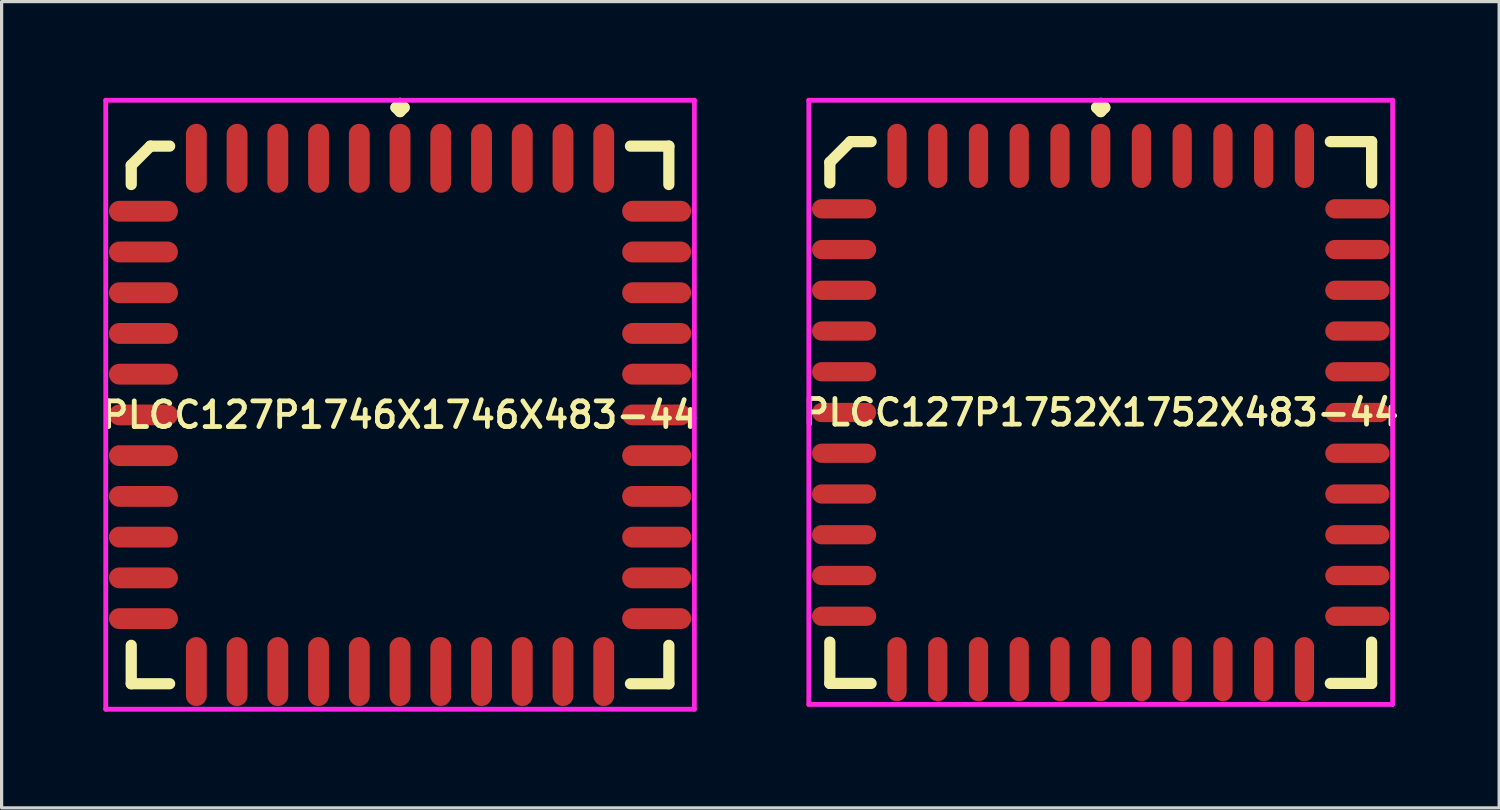
<source format=kicad_pcb>
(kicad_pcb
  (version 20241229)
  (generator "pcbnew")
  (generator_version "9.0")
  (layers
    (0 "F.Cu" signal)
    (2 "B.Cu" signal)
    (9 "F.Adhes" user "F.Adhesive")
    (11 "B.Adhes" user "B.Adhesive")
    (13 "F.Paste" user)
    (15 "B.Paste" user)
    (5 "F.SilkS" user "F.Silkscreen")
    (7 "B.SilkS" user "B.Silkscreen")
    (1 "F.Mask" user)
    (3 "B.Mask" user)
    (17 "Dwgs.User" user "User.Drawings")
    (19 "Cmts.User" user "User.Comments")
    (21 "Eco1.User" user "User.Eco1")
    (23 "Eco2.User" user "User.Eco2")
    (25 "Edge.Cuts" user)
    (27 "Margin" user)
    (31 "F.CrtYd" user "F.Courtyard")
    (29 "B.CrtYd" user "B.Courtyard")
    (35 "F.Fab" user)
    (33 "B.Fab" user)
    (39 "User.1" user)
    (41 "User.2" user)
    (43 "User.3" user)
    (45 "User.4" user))
  (footprint "PLCC127P1746X1746X483-44"
    (layer "F.Cu")
    (at 9.421 9.885)
    (property "Reference" "PLCC127P1746X1746X483-44" (at 0 0 0) (layer "F.SilkS") (effects (font (size 0.8 0.8) (thickness 0.15))))
    (attr smd)
    (fp_line (start -8.38 -7.782) (end -7.782 -8.38) (stroke (width 0.35) (type solid)) (layer "F.SilkS"))
    (fp_line (start -8.38 -7.183) (end -8.38 -7.782) (stroke (width 0.35) (type solid)) (layer "F.SilkS"))
    (fp_line (start -8.38 7.183) (end -8.38 8.38) (stroke (width 0.35) (type solid)) (layer "F.SilkS"))
    (fp_line (start -8.38 8.38) (end -7.183 8.38) (stroke (width 0.35) (type solid)) (layer "F.SilkS"))
    (fp_line (start -7.782 -8.38) (end -7.183 -8.38) (stroke (width 0.35) (type solid)) (layer "F.SilkS"))
    (fp_line (start -0.127 -9.583) (end 0 -9.71) (stroke (width 0.35) (type solid)) (layer "F.SilkS"))
    (fp_line (start 0 -9.71) (end 0.127 -9.583) (stroke (width 0.35) (type solid)) (layer "F.SilkS"))
    (fp_line (start 0 -9.456) (end -0.127 -9.583) (stroke (width 0.35) (type solid)) (layer "F.SilkS"))
    (fp_line (start 0.127 -9.583) (end 0 -9.456) (stroke (width 0.35) (type solid)) (layer "F.SilkS"))
    (fp_line (start 8.38 -8.38) (end 7.183 -8.38) (stroke (width 0.35) (type solid)) (layer "F.SilkS"))
    (fp_line (start 8.38 -7.183) (end 8.38 -8.38) (stroke (width 0.35) (type solid)) (layer "F.SilkS"))
    (fp_line (start 8.38 7.183) (end 8.38 8.38) (stroke (width 0.35) (type solid)) (layer "F.SilkS"))
    (fp_line (start 8.38 8.38) (end 7.183 8.38) (stroke (width 0.35) (type solid)) (layer "F.SilkS"))
    (fp_line (start -9.175 -9.81) (end 9.175 -9.81) (stroke (width 0.15) (type solid)) (layer "F.CrtYd"))
    (fp_line (start -9.175 9.175) (end -9.175 -9.81) (stroke (width 0.15) (type solid)) (layer "F.CrtYd"))
    (fp_line (start 9.175 -9.81) (end 9.175 9.175) (stroke (width 0.15) (type solid)) (layer "F.CrtYd"))
    (fp_line (start 9.175 9.175) (end -9.175 9.175) (stroke (width 0.15) (type solid)) (layer "F.CrtYd"))
    (pad "1" smd oval (at 0 -8) (size 0.65 2.15) (layers "F.Cu" "F.Mask" "F.Paste"))
    (pad "2" smd oval (at -1.27 -8) (size 0.65 2.15) (layers "F.Cu" "F.Mask" "F.Paste"))
    (pad "3" smd oval (at -2.54 -8) (size 0.65 2.15) (layers "F.Cu" "F.Mask" "F.Paste"))
    (pad "4" smd oval (at -3.81 -8) (size 0.65 2.15) (layers "F.Cu" "F.Mask" "F.Paste"))
    (pad "5" smd oval (at -5.08 -8) (size 0.65 2.15) (layers "F.Cu" "F.Mask" "F.Paste"))
    (pad "6" smd oval (at -6.35 -8) (size 0.65 2.15) (layers "F.Cu" "F.Mask" "F.Paste"))
    (pad "7" smd oval (at -8 -6.35) (size 2.15 0.65) (layers "F.Cu" "F.Mask" "F.Paste"))
    (pad "8" smd oval (at -8 -5.08) (size 2.15 0.65) (layers "F.Cu" "F.Mask" "F.Paste"))
    (pad "9" smd oval (at -8 -3.81) (size 2.15 0.65) (layers "F.Cu" "F.Mask" "F.Paste"))
    (pad "10" smd oval (at -8 -2.54) (size 2.15 0.65) (layers "F.Cu" "F.Mask" "F.Paste"))
    (pad "11" smd oval (at -8 -1.27) (size 2.15 0.65) (layers "F.Cu" "F.Mask" "F.Paste"))
    (pad "12" smd oval (at -8 0) (size 2.15 0.65) (layers "F.Cu" "F.Mask" "F.Paste"))
    (pad "13" smd oval (at -8 1.27) (size 2.15 0.65) (layers "F.Cu" "F.Mask" "F.Paste"))
    (pad "14" smd oval (at -8 2.54) (size 2.15 0.65) (layers "F.Cu" "F.Mask" "F.Paste"))
    (pad "15" smd oval (at -8 3.81) (size 2.15 0.65) (layers "F.Cu" "F.Mask" "F.Paste"))
    (pad "16" smd oval (at -8 5.08) (size 2.15 0.65) (layers "F.Cu" "F.Mask" "F.Paste"))
    (pad "17" smd oval (at -8 6.35) (size 2.15 0.65) (layers "F.Cu" "F.Mask" "F.Paste"))
    (pad "18" smd oval (at -6.35 8) (size 0.65 2.15) (layers "F.Cu" "F.Mask" "F.Paste"))
    (pad "19" smd oval (at -5.08 8) (size 0.65 2.15) (layers "F.Cu" "F.Mask" "F.Paste"))
    (pad "20" smd oval (at -3.81 8) (size 0.65 2.15) (layers "F.Cu" "F.Mask" "F.Paste"))
    (pad "21" smd oval (at -2.54 8) (size 0.65 2.15) (layers "F.Cu" "F.Mask" "F.Paste"))
    (pad "22" smd oval (at -1.27 8) (size 0.65 2.15) (layers "F.Cu" "F.Mask" "F.Paste"))
    (pad "23" smd oval (at 0 8) (size 0.65 2.15) (layers "F.Cu" "F.Mask" "F.Paste"))
    (pad "24" smd oval (at 1.27 8) (size 0.65 2.15) (layers "F.Cu" "F.Mask" "F.Paste"))
    (pad "25" smd oval (at 2.54 8) (size 0.65 2.15) (layers "F.Cu" "F.Mask" "F.Paste"))
    (pad "26" smd oval (at 3.81 8) (size 0.65 2.15) (layers "F.Cu" "F.Mask" "F.Paste"))
    (pad "27" smd oval (at 5.08 8) (size 0.65 2.15) (layers "F.Cu" "F.Mask" "F.Paste"))
    (pad "28" smd oval (at 6.35 8) (size 0.65 2.15) (layers "F.Cu" "F.Mask" "F.Paste"))
    (pad "29" smd oval (at 8 6.35) (size 2.15 0.65) (layers "F.Cu" "F.Mask" "F.Paste"))
    (pad "30" smd oval (at 8 5.08) (size 2.15 0.65) (layers "F.Cu" "F.Mask" "F.Paste"))
    (pad "31" smd oval (at 8 3.81) (size 2.15 0.65) (layers "F.Cu" "F.Mask" "F.Paste"))
    (pad "32" smd oval (at 8 2.54) (size 2.15 0.65) (layers "F.Cu" "F.Mask" "F.Paste"))
    (pad "33" smd oval (at 8 1.27) (size 2.15 0.65) (layers "F.Cu" "F.Mask" "F.Paste"))
    (pad "34" smd oval (at 8 0) (size 2.15 0.65) (layers "F.Cu" "F.Mask" "F.Paste"))
    (pad "35" smd oval (at 8 -1.27) (size 2.15 0.65) (layers "F.Cu" "F.Mask" "F.Paste"))
    (pad "36" smd oval (at 8 -2.54) (size 2.15 0.65) (layers "F.Cu" "F.Mask" "F.Paste"))
    (pad "37" smd oval (at 8 -3.81) (size 2.15 0.65) (layers "F.Cu" "F.Mask" "F.Paste"))
    (pad "38" smd oval (at 8 -5.08) (size 2.15 0.65) (layers "F.Cu" "F.Mask" "F.Paste"))
    (pad "39" smd oval (at 8 -6.35) (size 2.15 0.65) (layers "F.Cu" "F.Mask" "F.Paste"))
    (pad "40" smd oval (at 6.35 -8) (size 0.65 2.15) (layers "F.Cu" "F.Mask" "F.Paste"))
    (pad "41" smd oval (at 5.08 -8) (size 0.65 2.15) (layers "F.Cu" "F.Mask" "F.Paste"))
    (pad "42" smd oval (at 3.81 -8) (size 0.65 2.15) (layers "F.Cu" "F.Mask" "F.Paste"))
    (pad "43" smd oval (at 2.54 -8) (size 0.65 2.15) (layers "F.Cu" "F.Mask" "F.Paste"))
    (pad "44" smd oval (at 1.27 -8) (size 0.65 2.15) (layers "F.Cu" "F.Mask" "F.Paste")))
  (footprint "PLCC127P1752X1752X483-44"
    (layer "F.Cu")
    (at 31.264 9.81)
    (property "Reference" "PLCC127P1752X1752X483-44" (at 0 0 0) (layer "F.SilkS") (effects (font (size 0.8 0.8) (thickness 0.15))))
    (attr smd)
    (fp_line (start -8.445 -7.801) (end -7.801 -8.445) (stroke (width 0.35) (type solid)) (layer "F.SilkS"))
    (fp_line (start -8.445 -7.158) (end -8.445 -7.801) (stroke (width 0.35) (type solid)) (layer "F.SilkS"))
    (fp_line (start -8.445 7.158) (end -8.445 8.445) (stroke (width 0.35) (type solid)) (layer "F.SilkS"))
    (fp_line (start -8.445 8.445) (end -7.158 8.445) (stroke (width 0.35) (type solid)) (layer "F.SilkS"))
    (fp_line (start -7.801 -8.445) (end -7.158 -8.445) (stroke (width 0.35) (type solid)) (layer "F.SilkS"))
    (fp_line (start -0.127 -9.508) (end 0 -9.635) (stroke (width 0.35) (type solid)) (layer "F.SilkS"))
    (fp_line (start 0 -9.635) (end 0.127 -9.508) (stroke (width 0.35) (type solid)) (layer "F.SilkS"))
    (fp_line (start 0 -9.381) (end -0.127 -9.508) (stroke (width 0.35) (type solid)) (layer "F.SilkS"))
    (fp_line (start 0.127 -9.508) (end 0 -9.381) (stroke (width 0.35) (type solid)) (layer "F.SilkS"))
    (fp_line (start 8.445 -8.445) (end 7.158 -8.445) (stroke (width 0.35) (type solid)) (layer "F.SilkS"))
    (fp_line (start 8.445 -7.158) (end 8.445 -8.445) (stroke (width 0.35) (type solid)) (layer "F.SilkS"))
    (fp_line (start 8.445 7.158) (end 8.445 8.445) (stroke (width 0.35) (type solid)) (layer "F.SilkS"))
    (fp_line (start 8.445 8.445) (end 7.158 8.445) (stroke (width 0.35) (type solid)) (layer "F.SilkS"))
    (fp_line (start -9.1 -9.735) (end 9.1 -9.735) (stroke (width 0.15) (type solid)) (layer "F.CrtYd"))
    (fp_line (start -9.1 9.1) (end -9.1 -9.735) (stroke (width 0.15) (type solid)) (layer "F.CrtYd"))
    (fp_line (start 9.1 -9.735) (end 9.1 9.1) (stroke (width 0.15) (type solid)) (layer "F.CrtYd"))
    (fp_line (start 9.1 9.1) (end -9.1 9.1) (stroke (width 0.15) (type solid)) (layer "F.CrtYd"))
    (pad "1" smd oval (at 0 -8) (size 0.6 2) (layers "F.Cu" "F.Mask" "F.Paste"))
    (pad "2" smd oval (at -1.27 -8) (size 0.6 2) (layers "F.Cu" "F.Mask" "F.Paste"))
    (pad "3" smd oval (at -2.54 -8) (size 0.6 2) (layers "F.Cu" "F.Mask" "F.Paste"))
    (pad "4" smd oval (at -3.81 -8) (size 0.6 2) (layers "F.Cu" "F.Mask" "F.Paste"))
    (pad "5" smd oval (at -5.08 -8) (size 0.6 2) (layers "F.Cu" "F.Mask" "F.Paste"))
    (pad "6" smd oval (at -6.35 -8) (size 0.6 2) (layers "F.Cu" "F.Mask" "F.Paste"))
    (pad "7" smd oval (at -8 -6.35) (size 2 0.6) (layers "F.Cu" "F.Mask" "F.Paste"))
    (pad "8" smd oval (at -8 -5.08) (size 2 0.6) (layers "F.Cu" "F.Mask" "F.Paste"))
    (pad "9" smd oval (at -8 -3.81) (size 2 0.6) (layers "F.Cu" "F.Mask" "F.Paste"))
    (pad "10" smd oval (at -8 -2.54) (size 2 0.6) (layers "F.Cu" "F.Mask" "F.Paste"))
    (pad "11" smd oval (at -8 -1.27) (size 2 0.6) (layers "F.Cu" "F.Mask" "F.Paste"))
    (pad "12" smd oval (at -8 0) (size 2 0.6) (layers "F.Cu" "F.Mask" "F.Paste"))
    (pad "13" smd oval (at -8 1.27) (size 2 0.6) (layers "F.Cu" "F.Mask" "F.Paste"))
    (pad "14" smd oval (at -8 2.54) (size 2 0.6) (layers "F.Cu" "F.Mask" "F.Paste"))
    (pad "15" smd oval (at -8 3.81) (size 2 0.6) (layers "F.Cu" "F.Mask" "F.Paste"))
    (pad "16" smd oval (at -8 5.08) (size 2 0.6) (layers "F.Cu" "F.Mask" "F.Paste"))
    (pad "17" smd oval (at -8 6.35) (size 2 0.6) (layers "F.Cu" "F.Mask" "F.Paste"))
    (pad "18" smd oval (at -6.35 8) (size 0.6 2) (layers "F.Cu" "F.Mask" "F.Paste"))
    (pad "19" smd oval (at -5.08 8) (size 0.6 2) (layers "F.Cu" "F.Mask" "F.Paste"))
    (pad "20" smd oval (at -3.81 8) (size 0.6 2) (layers "F.Cu" "F.Mask" "F.Paste"))
    (pad "21" smd oval (at -2.54 8) (size 0.6 2) (layers "F.Cu" "F.Mask" "F.Paste"))
    (pad "22" smd oval (at -1.27 8) (size 0.6 2) (layers "F.Cu" "F.Mask" "F.Paste"))
    (pad "23" smd oval (at 0 8) (size 0.6 2) (layers "F.Cu" "F.Mask" "F.Paste"))
    (pad "24" smd oval (at 1.27 8) (size 0.6 2) (layers "F.Cu" "F.Mask" "F.Paste"))
    (pad "25" smd oval (at 2.54 8) (size 0.6 2) (layers "F.Cu" "F.Mask" "F.Paste"))
    (pad "26" smd oval (at 3.81 8) (size 0.6 2) (layers "F.Cu" "F.Mask" "F.Paste"))
    (pad "27" smd oval (at 5.08 8) (size 0.6 2) (layers "F.Cu" "F.Mask" "F.Paste"))
    (pad "28" smd oval (at 6.35 8) (size 0.6 2) (layers "F.Cu" "F.Mask" "F.Paste"))
    (pad "29" smd oval (at 8 6.35) (size 2 0.6) (layers "F.Cu" "F.Mask" "F.Paste"))
    (pad "30" smd oval (at 8 5.08) (size 2 0.6) (layers "F.Cu" "F.Mask" "F.Paste"))
    (pad "31" smd oval (at 8 3.81) (size 2 0.6) (layers "F.Cu" "F.Mask" "F.Paste"))
    (pad "32" smd oval (at 8 2.54) (size 2 0.6) (layers "F.Cu" "F.Mask" "F.Paste"))
    (pad "33" smd oval (at 8 1.27) (size 2 0.6) (layers "F.Cu" "F.Mask" "F.Paste"))
    (pad "34" smd oval (at 8 0) (size 2 0.6) (layers "F.Cu" "F.Mask" "F.Paste"))
    (pad "35" smd oval (at 8 -1.27) (size 2 0.6) (layers "F.Cu" "F.Mask" "F.Paste"))
    (pad "36" smd oval (at 8 -2.54) (size 2 0.6) (layers "F.Cu" "F.Mask" "F.Paste"))
    (pad "37" smd oval (at 8 -3.81) (size 2 0.6) (layers "F.Cu" "F.Mask" "F.Paste"))
    (pad "38" smd oval (at 8 -5.08) (size 2 0.6) (layers "F.Cu" "F.Mask" "F.Paste"))
    (pad "39" smd oval (at 8 -6.35) (size 2 0.6) (layers "F.Cu" "F.Mask" "F.Paste"))
    (pad "40" smd oval (at 6.35 -8) (size 0.6 2) (layers "F.Cu" "F.Mask" "F.Paste"))
    (pad "41" smd oval (at 5.08 -8) (size 0.6 2) (layers "F.Cu" "F.Mask" "F.Paste"))
    (pad "42" smd oval (at 3.81 -8) (size 0.6 2) (layers "F.Cu" "F.Mask" "F.Paste"))
    (pad "43" smd oval (at 2.54 -8) (size 0.6 2) (layers "F.Cu" "F.Mask" "F.Paste"))
    (pad "44" smd oval (at 1.27 -8) (size 0.6 2) (layers "F.Cu" "F.Mask" "F.Paste")))
  (gr_rect
    (start -3 -3)
    (end 43.685 22.135)
    (stroke (width 0.1) (type default))
    (fill no)
    (layer "Edge.Cuts")))
</source>
